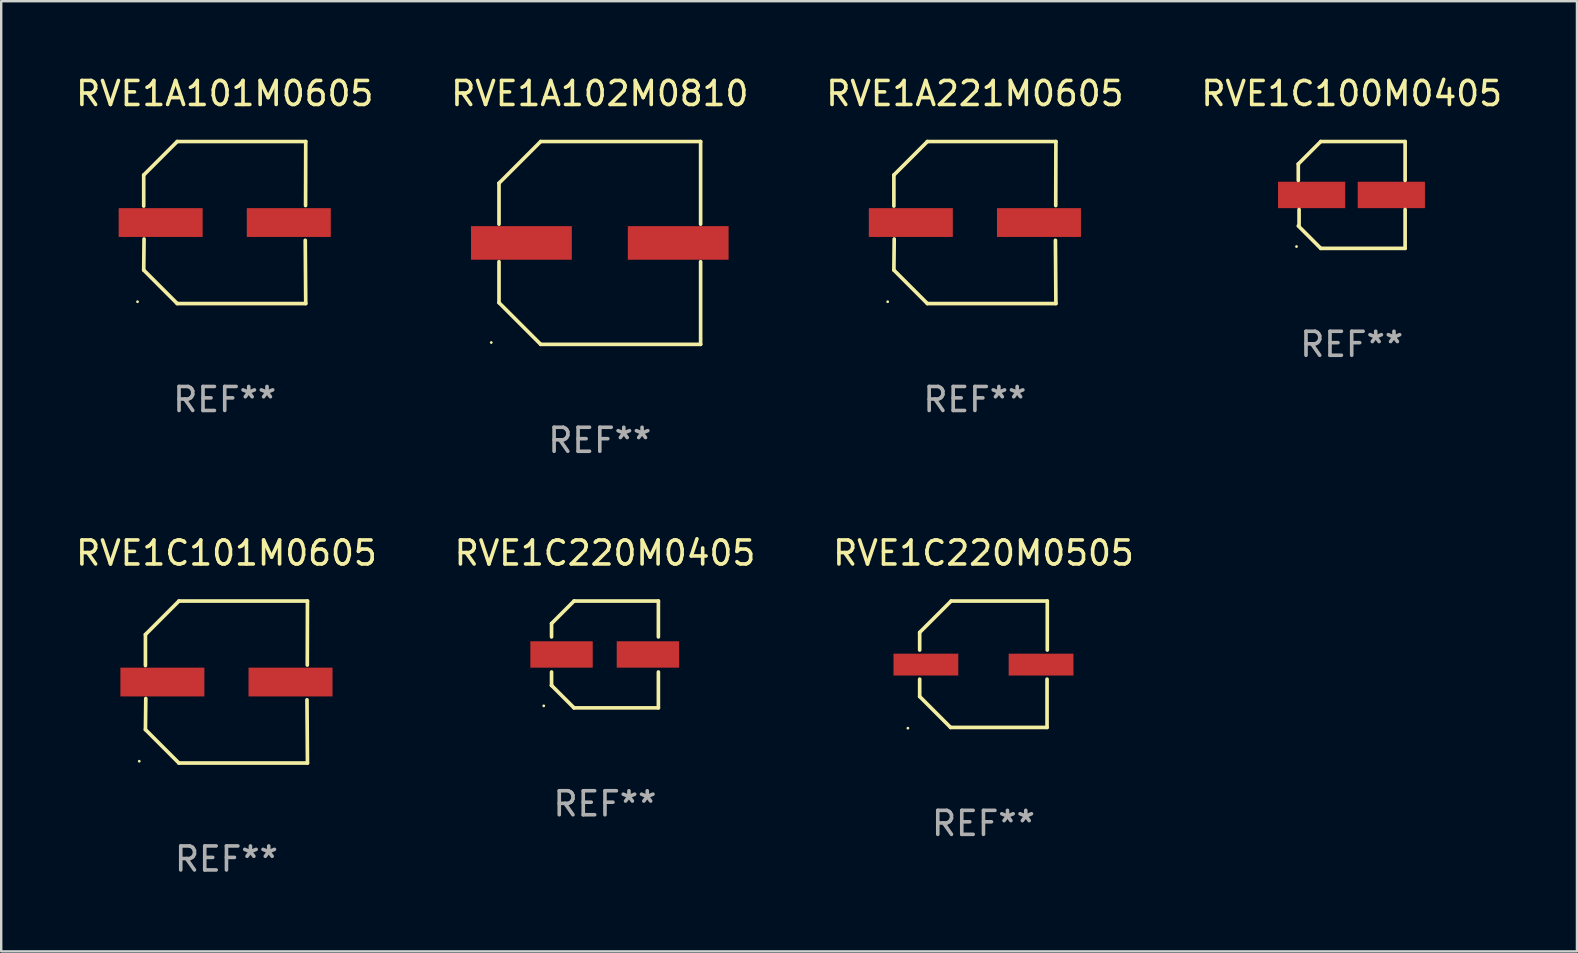
<source format=kicad_pcb>
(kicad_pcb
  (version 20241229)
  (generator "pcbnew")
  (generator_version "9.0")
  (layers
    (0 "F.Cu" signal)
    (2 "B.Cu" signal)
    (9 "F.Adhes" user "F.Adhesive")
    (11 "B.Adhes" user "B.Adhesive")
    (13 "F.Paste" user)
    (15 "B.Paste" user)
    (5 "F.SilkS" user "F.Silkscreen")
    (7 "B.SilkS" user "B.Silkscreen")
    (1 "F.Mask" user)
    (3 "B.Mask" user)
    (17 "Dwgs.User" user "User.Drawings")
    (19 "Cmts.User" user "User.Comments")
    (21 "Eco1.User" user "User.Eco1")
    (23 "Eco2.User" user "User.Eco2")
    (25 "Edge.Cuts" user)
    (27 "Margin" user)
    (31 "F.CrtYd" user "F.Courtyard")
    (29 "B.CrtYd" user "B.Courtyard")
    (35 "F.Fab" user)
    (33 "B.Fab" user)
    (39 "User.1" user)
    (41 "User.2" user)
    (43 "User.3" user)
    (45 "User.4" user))
  (footprint "RVE1C100M0405"
    (layer "F.Cu")
    (at 53.28 5.074)
    (property "Reference" "RVE1C100M0405" (at 0 -4.226 0) (layer "F.SilkS") (effects (font (size 1 1) (thickness 0.15))))
    (attr through_hole)
    (fp_line (start -2.226 -1.29) (end -2.226 -0.607) (stroke (width 0.152) (type solid)) (layer "F.SilkS"))
    (fp_line (start -2.193 1.29) (end -2.193 0.607) (stroke (width 0.152) (type solid)) (layer "F.SilkS"))
    (fp_line (start -1.29 2.226) (end -2.226 1.29) (stroke (width 0.152) (type solid)) (layer "F.SilkS"))
    (fp_line (start -1.29 -2.226) (end -2.226 -1.29) (stroke (width 0.152) (type solid)) (layer "F.SilkS"))
    (fp_line (start 2.226 -2.226) (end -1.29 -2.226) (stroke (width 0.152) (type solid)) (layer "F.SilkS"))
    (fp_line (start 2.226 -0.607) (end 2.226 -2.226) (stroke (width 0.152) (type solid)) (layer "F.SilkS"))
    (fp_line (start 2.226 0.607) (end 2.226 2.226) (stroke (width 0.152) (type solid)) (layer "F.SilkS"))
    (fp_line (start 2.226 2.226) (end -1.29 2.226) (stroke (width 0.152) (type solid)) (layer "F.SilkS"))
    (fp_circle (center -2.3 2.15) (end -2.27 2.15) (stroke (width 0.06) (type solid)) (fill no) (layer "F.SilkS"))
    (fp_text user "REF**" (at 0 6.226 0) (layer "F.Fab") (effects (font (size 1 1) (thickness 0.15))))
    (pad "1" smd rect (at -1.67 -0.000025) (size 2.8 1.1) (layers "F.Cu" "F.Mask" "F.Paste"))
    (pad "2" smd rect (at 1.651 -0.000025) (size 2.8 1.1) (layers "F.Cu" "F.Mask" "F.Paste")))
  (footprint "RVE1A101M0605"
    (layer "F.Cu")
    (at 6.315 6.224)
    (property "Reference" "RVE1A101M0605" (at 0 -5.376 0) (layer "F.SilkS") (effects (font (size 1 1) (thickness 0.15))))
    (attr through_hole)
    (fp_line (start -3.376 -1.98) (end -3.376 -0.686) (stroke (width 0.152) (type solid)) (layer "F.SilkS"))
    (fp_line (start -3.376 1.981) (end -3.362 0.686) (stroke (width 0.152) (type solid)) (layer "F.SilkS"))
    (fp_line (start -1.981 3.376) (end -3.376 1.981) (stroke (width 0.152) (type solid)) (layer "F.SilkS"))
    (fp_line (start -1.98 -3.376) (end -3.376 -1.98) (stroke (width 0.152) (type solid)) (layer "F.SilkS"))
    (fp_line (start 3.356 0.74) (end 3.376 3.376) (stroke (width 0.152) (type solid)) (layer "F.SilkS"))
    (fp_line (start 3.369 -0.707) (end 3.376 -3.376) (stroke (width 0.152) (type solid)) (layer "F.SilkS"))
    (fp_line (start 3.376 3.376) (end -1.981 3.376) (stroke (width 0.152) (type solid)) (layer "F.SilkS"))
    (fp_line (start 3.376 -3.376) (end -1.98 -3.376) (stroke (width 0.152) (type solid)) (layer "F.SilkS"))
    (fp_circle (center -3.634 3.3) (end -3.604 3.3) (stroke (width 0.06) (type solid)) (fill no) (layer "F.SilkS"))
    (fp_text user "REF**" (at 0 7.376 0) (layer "F.Fab") (effects (font (size 1 1) (thickness 0.15))))
    (pad "1" smd rect (at -2.67 0.000254) (size 3.5 1.2) (layers "F.Cu" "F.Mask" "F.Paste"))
    (pad "2" smd rect (at 2.67 0.000254) (size 3.5 1.2) (layers "F.Cu" "F.Mask" "F.Paste")))
  (footprint "RVE1C220M0505"
    (layer "F.Cu")
    (at 37.935 24.631)
    (property "Reference" "RVE1C220M0505" (at 0 -4.634 0) (layer "F.SilkS") (effects (font (size 1 1) (thickness 0.15))))
    (attr through_hole)
    (fp_line (start -2.659 -1.326) (end -2.659 -0.592) (stroke (width 0.152) (type solid)) (layer "F.SilkS"))
    (fp_line (start -2.659 1.346) (end -2.659 0.622) (stroke (width 0.152) (type solid)) (layer "F.SilkS"))
    (fp_line (start -1.372 2.634) (end -2.659 1.346) (stroke (width 0.152) (type solid)) (layer "F.SilkS"))
    (fp_line (start -1.349 -2.634) (end -2.659 -1.326) (stroke (width 0.152) (type solid)) (layer "F.SilkS"))
    (fp_line (start 2.649 0.622) (end 2.649 2.634) (stroke (width 0.152) (type solid)) (layer "F.SilkS"))
    (fp_line (start 2.649 2.634) (end -1.372 2.634) (stroke (width 0.152) (type solid)) (layer "F.SilkS"))
    (fp_line (start 2.659 -2.634) (end -1.349 -2.634) (stroke (width 0.152) (type solid)) (layer "F.SilkS"))
    (fp_line (start 2.659 -0.592) (end 2.659 -2.634) (stroke (width 0.152) (type solid)) (layer "F.SilkS"))
    (fp_circle (center -3.15 2.665) (end -3.12 2.665) (stroke (width 0.06) (type solid)) (fill no) (layer "F.SilkS"))
    (fp_text user "REF**" (at 0 6.634 0) (layer "F.Fab") (effects (font (size 1 1) (thickness 0.15))))
    (pad "1" smd rect (at -2.4 0.015) (size 2.7 0.91) (layers "F.Cu" "F.Mask" "F.Paste"))
    (pad "2" smd rect (at 2.4 0.015) (size 2.7 0.91) (layers "F.Cu" "F.Mask" "F.Paste")))
  (footprint "RVE1A221M0605"
    (layer "F.Cu")
    (at 37.577 6.224)
    (property "Reference" "RVE1A221M0605" (at 0 -5.376 0) (layer "F.SilkS") (effects (font (size 1 1) (thickness 0.15))))
    (attr through_hole)
    (fp_line (start -3.376 -1.98) (end -3.376 -0.686) (stroke (width 0.152) (type solid)) (layer "F.SilkS"))
    (fp_line (start -3.376 1.981) (end -3.362 0.686) (stroke (width 0.152) (type solid)) (layer "F.SilkS"))
    (fp_line (start -1.981 3.376) (end -3.376 1.981) (stroke (width 0.152) (type solid)) (layer "F.SilkS"))
    (fp_line (start -1.98 -3.376) (end -3.376 -1.98) (stroke (width 0.152) (type solid)) (layer "F.SilkS"))
    (fp_line (start 3.356 0.74) (end 3.376 3.376) (stroke (width 0.152) (type solid)) (layer "F.SilkS"))
    (fp_line (start 3.369 -0.707) (end 3.376 -3.376) (stroke (width 0.152) (type solid)) (layer "F.SilkS"))
    (fp_line (start 3.376 3.376) (end -1.981 3.376) (stroke (width 0.152) (type solid)) (layer "F.SilkS"))
    (fp_line (start 3.376 -3.376) (end -1.98 -3.376) (stroke (width 0.152) (type solid)) (layer "F.SilkS"))
    (fp_circle (center -3.634 3.3) (end -3.604 3.3) (stroke (width 0.06) (type solid)) (fill no) (layer "F.SilkS"))
    (fp_text user "REF**" (at 0 7.376 0) (layer "F.Fab") (effects (font (size 1 1) (thickness 0.15))))
    (pad "1" smd rect (at -2.67 0.000254) (size 3.5 1.2) (layers "F.Cu" "F.Mask" "F.Paste"))
    (pad "2" smd rect (at 2.67 0.000254) (size 3.5 1.2) (layers "F.Cu" "F.Mask" "F.Paste")))
  (footprint "RVE1C101M0605"
    (layer "F.Cu")
    (at 6.387 25.373)
    (property "Reference" "RVE1C101M0605" (at 0 -5.376 0) (layer "F.SilkS") (effects (font (size 1 1) (thickness 0.15))))
    (attr through_hole)
    (fp_line (start -3.376 -1.98) (end -3.376 -0.686) (stroke (width 0.152) (type solid)) (layer "F.SilkS"))
    (fp_line (start -3.376 1.981) (end -3.362 0.686) (stroke (width 0.152) (type solid)) (layer "F.SilkS"))
    (fp_line (start -1.981 3.376) (end -3.376 1.981) (stroke (width 0.152) (type solid)) (layer "F.SilkS"))
    (fp_line (start -1.98 -3.376) (end -3.376 -1.98) (stroke (width 0.152) (type solid)) (layer "F.SilkS"))
    (fp_line (start 3.356 0.74) (end 3.376 3.376) (stroke (width 0.152) (type solid)) (layer "F.SilkS"))
    (fp_line (start 3.369 -0.707) (end 3.376 -3.376) (stroke (width 0.152) (type solid)) (layer "F.SilkS"))
    (fp_line (start 3.376 3.376) (end -1.981 3.376) (stroke (width 0.152) (type solid)) (layer "F.SilkS"))
    (fp_line (start 3.376 -3.376) (end -1.98 -3.376) (stroke (width 0.152) (type solid)) (layer "F.SilkS"))
    (fp_circle (center -3.634 3.3) (end -3.604 3.3) (stroke (width 0.06) (type solid)) (fill no) (layer "F.SilkS"))
    (fp_text user "REF**" (at 0 7.376 0) (layer "F.Fab") (effects (font (size 1 1) (thickness 0.15))))
    (pad "1" smd rect (at -2.67 0.000254) (size 3.5 1.2) (layers "F.Cu" "F.Mask" "F.Paste"))
    (pad "2" smd rect (at 2.67 0.000254) (size 3.5 1.2) (layers "F.Cu" "F.Mask" "F.Paste")))
  (footprint "RVE1C220M0405"
    (layer "F.Cu")
    (at 22.161 24.223)
    (property "Reference" "RVE1C220M0405" (at 0 -4.226 0) (layer "F.SilkS") (effects (font (size 1 1) (thickness 0.15))))
    (attr through_hole)
    (fp_line (start -2.226 -1.289) (end -2.226 -0.73) (stroke (width 0.152) (type solid)) (layer "F.SilkS"))
    (fp_line (start -2.226 0.731) (end -2.226 1.291) (stroke (width 0.152) (type solid)) (layer "F.SilkS"))
    (fp_line (start -2.226 1.291) (end -2.226 1.291) (stroke (width 0.152) (type solid)) (layer "F.SilkS"))
    (fp_line (start -1.29 -2.226) (end -2.226 -1.289) (stroke (width 0.152) (type solid)) (layer "F.SilkS"))
    (fp_line (start -1.289 2.226) (end -2.226 1.291) (stroke (width 0.152) (type solid)) (layer "F.SilkS"))
    (fp_line (start 2.226 -2.226) (end -1.29 -2.226) (stroke (width 0.152) (type solid)) (layer "F.SilkS"))
    (fp_line (start 2.226 -0.73) (end 2.226 -2.226) (stroke (width 0.152) (type solid)) (layer "F.SilkS"))
    (fp_line (start 2.226 2.226) (end -1.289 2.226) (stroke (width 0.152) (type solid)) (layer "F.SilkS"))
    (fp_line (start 2.226 2.226) (end 2.226 0.731) (stroke (width 0.152) (type solid)) (layer "F.SilkS"))
    (fp_circle (center -2.551 2.142) (end -2.521 2.142) (stroke (width 0.06) (type solid)) (fill no) (layer "F.SilkS"))
    (fp_text user "REF**" (at 0 6.226 0) (layer "F.Fab") (effects (font (size 1 1) (thickness 0.15))))
    (pad "1" smd rect (at -1.81 0.001) (size 2.6 1.1) (layers "F.Cu" "F.Mask" "F.Paste"))
    (pad "2" smd rect (at 1.79 0.001) (size 2.6 1.1) (layers "F.Cu" "F.Mask" "F.Paste")))
  (footprint "RVE1A102M0810"
    (layer "F.Cu")
    (at 21.946 7.074)
    (property "Reference" "RVE1A102M0810" (at 0 -6.226 0) (layer "F.SilkS") (effects (font (size 1 1) (thickness 0.15))))
    (attr through_hole)
    (fp_line (start -4.201 -2.49) (end -4.201 -0.782) (stroke (width 0.152) (type solid)) (layer "F.SilkS"))
    (fp_line (start -4.201 2.49) (end -4.201 0.782) (stroke (width 0.152) (type solid)) (layer "F.SilkS"))
    (fp_line (start -2.465 -4.226) (end -4.201 -2.49) (stroke (width 0.152) (type solid)) (layer "F.SilkS"))
    (fp_line (start -2.465 4.226) (end -4.201 2.49) (stroke (width 0.152) (type solid)) (layer "F.SilkS"))
    (fp_line (start 4.201 -4.226) (end -2.465 -4.226) (stroke (width 0.152) (type solid)) (layer "F.SilkS"))
    (fp_line (start 4.201 -0.782) (end 4.201 -4.226) (stroke (width 0.152) (type solid)) (layer "F.SilkS"))
    (fp_line (start 4.201 0.782) (end 4.201 4.226) (stroke (width 0.152) (type solid)) (layer "F.SilkS"))
    (fp_line (start 4.201 4.226) (end -2.465 4.226) (stroke (width 0.152) (type solid)) (layer "F.SilkS"))
    (fp_circle (center -4.524 4.15) (end -4.494 4.15) (stroke (width 0.06) (type solid)) (fill no) (layer "F.SilkS"))
    (fp_text user "REF**" (at 0 8.226 0) (layer "F.Fab") (effects (font (size 1 1) (thickness 0.15))))
    (pad "1" smd rect (at -3.267 0) (size 4.2 1.4) (layers "F.Cu" "F.Mask" "F.Paste"))
    (pad "2" smd rect (at 3.267 0) (size 4.2 1.4) (layers "F.Cu" "F.Mask" "F.Paste")))
  (gr_rect
    (start -3 -3)
    (end 62.667 36.597)
    (stroke (width 0.1) (type default))
    (fill no)
    (layer "Edge.Cuts")))
</source>
